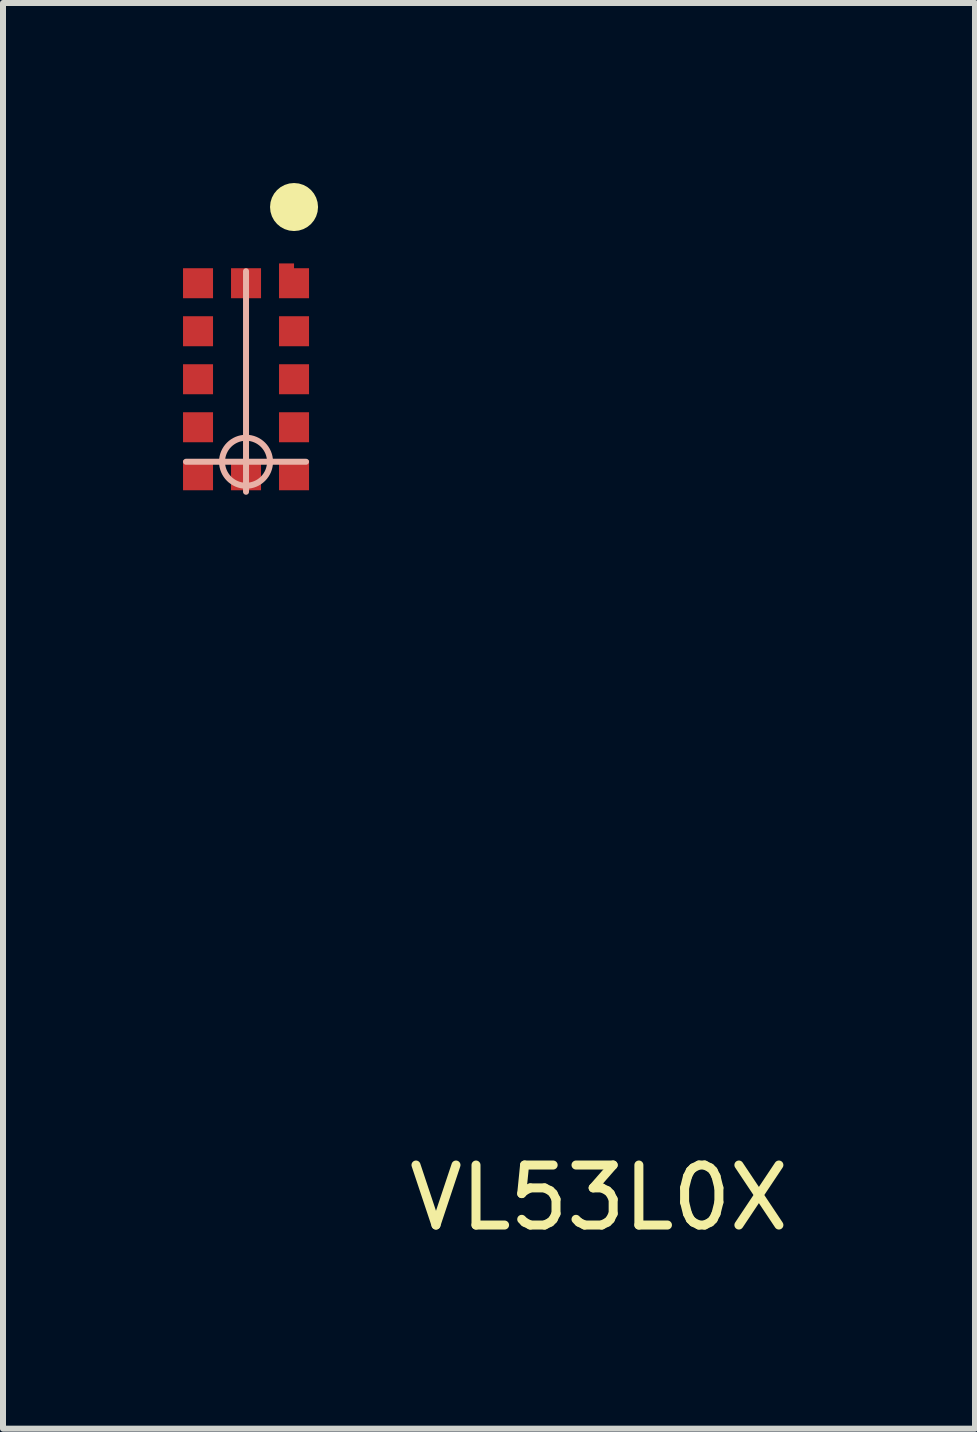
<source format=kicad_pcb>
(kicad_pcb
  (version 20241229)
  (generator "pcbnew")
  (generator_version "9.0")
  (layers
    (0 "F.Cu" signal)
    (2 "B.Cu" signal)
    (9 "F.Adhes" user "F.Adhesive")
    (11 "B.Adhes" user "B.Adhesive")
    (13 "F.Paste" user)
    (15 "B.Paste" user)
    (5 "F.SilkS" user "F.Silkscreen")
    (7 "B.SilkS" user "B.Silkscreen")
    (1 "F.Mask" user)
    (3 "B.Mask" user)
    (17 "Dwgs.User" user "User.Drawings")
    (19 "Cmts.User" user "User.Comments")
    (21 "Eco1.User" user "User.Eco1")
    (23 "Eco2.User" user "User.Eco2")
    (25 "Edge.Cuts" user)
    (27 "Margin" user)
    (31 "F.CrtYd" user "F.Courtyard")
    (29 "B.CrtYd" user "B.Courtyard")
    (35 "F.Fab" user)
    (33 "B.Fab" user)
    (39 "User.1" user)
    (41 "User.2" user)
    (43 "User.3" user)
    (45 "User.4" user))
  (footprint "VL53L0X"
    (layer "F.Cu")
    (at 1.85 1.67)
    (property "Reference" "VL53L0X" (at 5.08 15.24 0) (layer "F.SilkS") (effects (font (size 1 1) (thickness 0.15))))
    (attr through_hole)
    (fp_circle (center 0 -1.27) (end 0.2 -1.27) (stroke (width 0.4) (type solid)) (fill no) (layer "F.SilkS"))
    (fp_line (start -1.8 2.975) (end 0.2 2.975) (stroke (width 0.1) (type solid)) (layer "B.SilkS"))
    (fp_line (start -0.8 -0.2) (end -0.8 3.475) (stroke (width 0.1) (type solid)) (layer "B.SilkS"))
    (fp_circle (center -0.8 2.975) (end -0.4 2.975) (stroke (width 0.1) (type solid)) (fill no) (layer "B.SilkS"))
    (pad "1" smd custom (at 0 0) (size 0.5 0.5) (layers "F.Cu" "F.Mask" "F.Paste") (options (anchor rect)) (primitives (gr_poly (pts (xy -0.25 -0.33) (xy 0 -0.33) (xy 0 0.25) (xy -0.25 0.25)) (width 0) (fill yes))))
    (pad "2" smd rect (at 0 0.8) (size 0.5 0.5) (layers "F.Cu" "F.Mask" "F.Paste"))
    (pad "3" smd rect (at 0 1.6) (size 0.5 0.5) (layers "F.Cu" "F.Mask" "F.Paste"))
    (pad "4" smd rect (at 0 2.4) (size 0.5 0.5) (layers "F.Cu" "F.Mask" "F.Paste"))
    (pad "5" smd rect (at 0 3.2) (size 0.5 0.5) (layers "F.Cu" "F.Mask" "F.Paste"))
    (pad "6" smd rect (at -0.8 3.2) (size 0.5 0.5) (layers "F.Cu" "F.Mask" "F.Paste"))
    (pad "7" smd rect (at -1.6 3.2) (size 0.5 0.5) (layers "F.Cu" "F.Mask" "F.Paste"))
    (pad "8" smd rect (at -1.6 2.4) (size 0.5 0.5) (layers "F.Cu" "F.Mask" "F.Paste"))
    (pad "9" smd rect (at -1.6 1.6) (size 0.5 0.5) (layers "F.Cu" "F.Mask" "F.Paste"))
    (pad "10" smd rect (at -1.6 0.8) (size 0.5 0.5) (layers "F.Cu" "F.Mask" "F.Paste"))
    (pad "11" smd rect (at -1.6 0) (size 0.5 0.5) (layers "F.Cu" "F.Mask" "F.Paste"))
    (pad "12" smd rect (at -0.8 0) (size 0.5 0.5) (layers "F.Cu" "F.Mask" "F.Paste")))
  (gr_rect
    (start -3 -3)
    (end 13.198 20.758)
    (stroke (width 0.1) (type default))
    (fill no)
    (layer "Edge.Cuts")))
</source>
